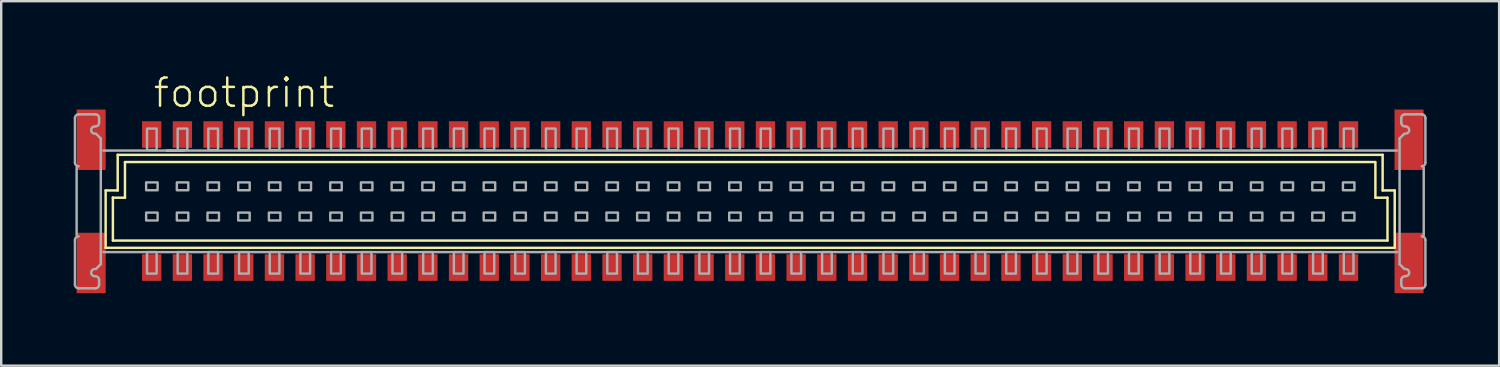
<source format=kicad_pcb>
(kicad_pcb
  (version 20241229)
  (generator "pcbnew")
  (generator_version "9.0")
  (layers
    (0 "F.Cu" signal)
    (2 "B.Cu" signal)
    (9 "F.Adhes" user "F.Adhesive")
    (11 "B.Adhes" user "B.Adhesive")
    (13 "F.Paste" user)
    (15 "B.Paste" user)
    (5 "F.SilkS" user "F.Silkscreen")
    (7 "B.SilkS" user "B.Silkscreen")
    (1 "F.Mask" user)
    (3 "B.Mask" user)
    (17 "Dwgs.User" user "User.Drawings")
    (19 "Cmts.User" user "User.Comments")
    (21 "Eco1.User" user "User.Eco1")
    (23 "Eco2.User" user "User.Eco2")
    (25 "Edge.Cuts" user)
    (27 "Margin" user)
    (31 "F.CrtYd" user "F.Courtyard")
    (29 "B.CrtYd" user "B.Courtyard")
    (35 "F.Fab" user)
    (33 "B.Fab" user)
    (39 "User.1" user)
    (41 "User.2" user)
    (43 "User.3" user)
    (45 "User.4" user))
  (footprint "footprint"
    (layer "F.Cu")
    (at 27.993 5.283)
    (property "Reference" "footprint" (at -24.765 -3.81 0) (layer "F.SilkS") (effects (font (size 1.168 1.168) (thickness 0.102)) (justify left bottom)))
    (fp_line (start -26.671 1.924) (end -26.671 -0.451) (stroke (width 0.102) (type solid)) (layer "F.SilkS"))
    (fp_line (start -26.371 -0.151) (end -26.372 -0.151) (stroke (width 0.102) (type solid)) (layer "F.SilkS"))
    (fp_line (start -26.371 1.624) (end -26.371 -0.151) (stroke (width 0.102) (type solid)) (layer "F.SilkS"))
    (fp_line (start -26.371 1.624) (end 26.377 1.624) (stroke (width 0.102) (type solid)) (layer "F.SilkS"))
    (fp_line (start -26.172 -1.926) (end -26.172 -0.451) (stroke (width 0.102) (type solid)) (layer "F.SilkS"))
    (fp_line (start -26.172 -0.451) (end -26.671 -0.451) (stroke (width 0.102) (type solid)) (layer "F.SilkS"))
    (fp_line (start -25.872 -0.151) (end -26.371 -0.151) (stroke (width 0.102) (type solid)) (layer "F.SilkS"))
    (fp_line (start -25.871 -0.151) (end -25.871 -1.626) (stroke (width 0.102) (type solid)) (layer "F.SilkS"))
    (fp_line (start -24.142 -2.101) (end -23.442 -2.101) (stroke (width 0.102) (type solid)) (layer "F.SilkS"))
    (fp_line (start 25.868 -1.626) (end -25.871 -1.626) (stroke (width 0.102) (type solid)) (layer "F.SilkS"))
    (fp_line (start 25.878 -0.151) (end 25.878 -1.626) (stroke (width 0.102) (type solid)) (layer "F.SilkS"))
    (fp_line (start 26.177 -0.451) (end 26.177 -1.926) (stroke (width 0.102) (type solid)) (layer "F.SilkS"))
    (fp_line (start 26.177 -0.451) (end 26.677 -0.451) (stroke (width 0.102) (type solid)) (layer "F.SilkS"))
    (fp_line (start 26.178 -1.926) (end -26.172 -1.926) (stroke (width 0.102) (type solid)) (layer "F.SilkS"))
    (fp_line (start 26.378 -0.151) (end 25.878 -0.151) (stroke (width 0.102) (type solid)) (layer "F.SilkS"))
    (fp_line (start 26.378 1.624) (end 26.378 -0.151) (stroke (width 0.102) (type solid)) (layer "F.SilkS"))
    (fp_line (start 26.658 1.924) (end -26.671 1.924) (stroke (width 0.102) (type solid)) (layer "F.SilkS"))
    (fp_line (start 26.678 1.924) (end 26.678 -0.451) (stroke (width 0.102) (type solid)) (layer "F.SilkS"))
    (fp_circle (center -26.971 -0.008) (end -26.172 -0.008) (stroke (width 0.001) (type solid)) (fill no) (layer "F.SilkS"))
    (fp_circle (center 26.971 0.008) (end 27.771 0.008) (stroke (width 0.001) (type solid)) (fill no) (layer "F.SilkS"))
    (fp_line (start -27.942 -1.601) (end -27.942 -3.451) (stroke (width 0.102) (type solid)) (layer "F.Fab"))
    (fp_line (start -27.942 3.449) (end -27.942 1.599) (stroke (width 0.102) (type solid)) (layer "F.Fab"))
    (fp_line (start -27.872 -1.401) (end -27.872 1.399) (stroke (width 0.102) (type solid)) (layer "F.Fab"))
    (fp_line (start -27.792 -3.601) (end -27.092 -3.601) (stroke (width 0.102) (type solid)) (layer "F.Fab"))
    (fp_line (start -27.092 3.599) (end -27.792 3.599) (stroke (width 0.102) (type solid)) (layer "F.Fab"))
    (fp_line (start -27.072 -2.801) (end -26.872 -2.601) (stroke (width 0.102) (type solid)) (layer "F.Fab"))
    (fp_line (start -26.942 -3.451) (end -26.942 -3.251) (stroke (width 0.102) (type solid)) (layer "F.Fab"))
    (fp_line (start -26.942 3.249) (end -26.942 3.449) (stroke (width 0.102) (type solid)) (layer "F.Fab"))
    (fp_line (start -26.872 -2.601) (end -26.872 2.599) (stroke (width 0.102) (type solid)) (layer "F.Fab"))
    (fp_line (start -26.872 2.599) (end -27.072 2.799) (stroke (width 0.102) (type solid)) (layer "F.Fab"))
    (fp_line (start 26.768 -2.101) (end -26.762 -2.101) (stroke (width 0.102) (type solid)) (layer "F.Fab"))
    (fp_line (start 26.768 2.099) (end -26.762 2.099) (stroke (width 0.102) (type solid)) (layer "F.Fab"))
    (fp_line (start 26.878 -2.601) (end 26.878 2.599) (stroke (width 0.102) (type solid)) (layer "F.Fab"))
    (fp_line (start 26.878 2.599) (end 27.078 2.799) (stroke (width 0.102) (type solid)) (layer "F.Fab"))
    (fp_line (start 26.948 -3.451) (end 26.948 -3.251) (stroke (width 0.102) (type solid)) (layer "F.Fab"))
    (fp_line (start 26.948 3.249) (end 26.948 3.449) (stroke (width 0.102) (type solid)) (layer "F.Fab"))
    (fp_line (start 27.078 -2.801) (end 26.878 -2.601) (stroke (width 0.102) (type solid)) (layer "F.Fab"))
    (fp_line (start 27.098 3.599) (end 27.798 3.599) (stroke (width 0.102) (type solid)) (layer "F.Fab"))
    (fp_line (start 27.798 -3.601) (end 27.098 -3.601) (stroke (width 0.102) (type solid)) (layer "F.Fab"))
    (fp_line (start 27.878 -1.401) (end 27.878 1.399) (stroke (width 0.102) (type solid)) (layer "F.Fab"))
    (fp_line (start 27.948 -1.601) (end 27.948 -3.451) (stroke (width 0.102) (type solid)) (layer "F.Fab"))
    (fp_line (start 27.948 3.449) (end 27.948 1.599) (stroke (width 0.102) (type solid)) (layer "F.Fab"))
    (fp_arc (start -27.9419 -3.4508) (mid -27.897966 -3.556866) (end -27.7919 -3.6008) (stroke (width 0.1016) (type solid)) (layer "F.Fab"))
    (fp_arc (start -27.9419 1.5992) (mid -27.897966 1.493134) (end -27.7919 1.4492) (stroke (width 0.1016) (type solid)) (layer "F.Fab"))
    (fp_arc (start -27.7919 -1.4508) (mid -27.897966 -1.494734) (end -27.9419 -1.6008) (stroke (width 0.1016) (type solid)) (layer "F.Fab"))
    (fp_arc (start -27.7919 3.5992) (mid -27.897966 3.555266) (end -27.9419 3.4492) (stroke (width 0.1016) (type solid)) (layer "F.Fab"))
    (fp_arc (start -27.1219 -2.8008) (mid -27.2719 -2.9508) (end -27.1219 -3.1008) (stroke (width 0.1016) (type solid)) (layer "F.Fab"))
    (fp_arc (start -27.1219 3.0992) (mid -27.2719 2.9492) (end -27.1219 2.7992) (stroke (width 0.1016) (type solid)) (layer "F.Fab"))
    (fp_arc (start -27.0919 -3.6008) (mid -26.985834 -3.556866) (end -26.9419 -3.4508) (stroke (width 0.1016) (type solid)) (layer "F.Fab"))
    (fp_arc (start -27.0919 3.0992) (mid -26.985834 3.143134) (end -26.9419 3.2492) (stroke (width 0.1016) (type solid)) (layer "F.Fab"))
    (fp_arc (start -26.9419 -3.2508) (mid -26.985834 -3.144734) (end -27.0919 -3.1008) (stroke (width 0.1016) (type solid)) (layer "F.Fab"))
    (fp_arc (start -26.9419 3.4492) (mid -26.985834 3.555266) (end -27.0919 3.5992) (stroke (width 0.1016) (type solid)) (layer "F.Fab"))
    (fp_arc (start 26.9481 -3.4508) (mid 26.992034 -3.556866) (end 27.0981 -3.6008) (stroke (width 0.1016) (type solid)) (layer "F.Fab"))
    (fp_arc (start 26.9481 3.2492) (mid 26.992034 3.143134) (end 27.0981 3.0992) (stroke (width 0.1016) (type solid)) (layer "F.Fab"))
    (fp_arc (start 27.0981 -3.1008) (mid 26.992034 -3.144734) (end 26.9481 -3.2508) (stroke (width 0.1016) (type solid)) (layer "F.Fab"))
    (fp_arc (start 27.0981 3.5992) (mid 26.992034 3.555266) (end 26.9481 3.4492) (stroke (width 0.1016) (type solid)) (layer "F.Fab"))
    (fp_arc (start 27.1281 -3.1008) (mid 27.2781 -2.9508) (end 27.1281 -2.8008) (stroke (width 0.1016) (type solid)) (layer "F.Fab"))
    (fp_arc (start 27.1281 2.7992) (mid 27.2781 2.9492) (end 27.1281 3.0992) (stroke (width 0.1016) (type solid)) (layer "F.Fab"))
    (fp_arc (start 27.7981 -3.6008) (mid 27.904166 -3.556866) (end 27.9481 -3.4508) (stroke (width 0.1016) (type solid)) (layer "F.Fab"))
    (fp_arc (start 27.7981 1.4492) (mid 27.904166 1.493134) (end 27.9481 1.5992) (stroke (width 0.1016) (type solid)) (layer "F.Fab"))
    (fp_arc (start 27.9481 -1.6008) (mid 27.904166 -1.494734) (end 27.7981 -1.4508) (stroke (width 0.1016) (type solid)) (layer "F.Fab"))
    (fp_arc (start 27.9481 3.4492) (mid 27.904166 3.555266) (end 27.7981 3.5992) (stroke (width 0.1016) (type solid)) (layer "F.Fab"))
    (fp_poly (pts (xy -24.56 -3.01) (xy -24.96 -3.01) (xy -24.96 -2.125) (xy -24.56 -2.125)) (stroke (width 0.1) (type solid)) (fill no) (layer "F.Fab"))
    (fp_poly (pts (xy -24.56 2.1) (xy -24.96 2.1) (xy -24.96 2.99) (xy -24.56 2.99)) (stroke (width 0.1) (type solid)) (fill no) (layer "F.Fab"))
    (fp_poly (pts (xy -24.52 -0.785) (xy -24.995 -0.785) (xy -24.995 -0.46) (xy -24.52 -0.46)) (stroke (width 0.1) (type solid)) (fill no) (layer "F.Fab"))
    (fp_poly (pts (xy -24.52 0.465) (xy -24.995 0.465) (xy -24.995 0.79) (xy -24.52 0.79)) (stroke (width 0.1) (type solid)) (fill no) (layer "F.Fab"))
    (fp_poly (pts (xy -23.29 -3.01) (xy -23.69 -3.01) (xy -23.69 -2.125) (xy -23.29 -2.125)) (stroke (width 0.1) (type solid)) (fill no) (layer "F.Fab"))
    (fp_poly (pts (xy -23.29 2.1) (xy -23.69 2.1) (xy -23.69 2.99) (xy -23.29 2.99)) (stroke (width 0.1) (type solid)) (fill no) (layer "F.Fab"))
    (fp_poly (pts (xy -23.25 -0.785) (xy -23.725 -0.785) (xy -23.725 -0.46) (xy -23.25 -0.46)) (stroke (width 0.1) (type solid)) (fill no) (layer "F.Fab"))
    (fp_poly (pts (xy -23.25 0.465) (xy -23.725 0.465) (xy -23.725 0.79) (xy -23.25 0.79)) (stroke (width 0.1) (type solid)) (fill no) (layer "F.Fab"))
    (fp_poly (pts (xy -22.02 -3.01) (xy -22.42 -3.01) (xy -22.42 -2.125) (xy -22.02 -2.125)) (stroke (width 0.1) (type solid)) (fill no) (layer "F.Fab"))
    (fp_poly (pts (xy -22.02 2.1) (xy -22.42 2.1) (xy -22.42 2.99) (xy -22.02 2.99)) (stroke (width 0.1) (type solid)) (fill no) (layer "F.Fab"))
    (fp_poly (pts (xy -21.98 -0.785) (xy -22.455 -0.785) (xy -22.455 -0.46) (xy -21.98 -0.46)) (stroke (width 0.1) (type solid)) (fill no) (layer "F.Fab"))
    (fp_poly (pts (xy -21.98 0.465) (xy -22.455 0.465) (xy -22.455 0.79) (xy -21.98 0.79)) (stroke (width 0.1) (type solid)) (fill no) (layer "F.Fab"))
    (fp_poly (pts (xy -20.75 -3.01) (xy -21.15 -3.01) (xy -21.15 -2.125) (xy -20.75 -2.125)) (stroke (width 0.1) (type solid)) (fill no) (layer "F.Fab"))
    (fp_poly (pts (xy -20.75 2.1) (xy -21.15 2.1) (xy -21.15 2.99) (xy -20.75 2.99)) (stroke (width 0.1) (type solid)) (fill no) (layer "F.Fab"))
    (fp_poly (pts (xy -20.71 -0.785) (xy -21.185 -0.785) (xy -21.185 -0.46) (xy -20.71 -0.46)) (stroke (width 0.1) (type solid)) (fill no) (layer "F.Fab"))
    (fp_poly (pts (xy -20.71 0.465) (xy -21.185 0.465) (xy -21.185 0.79) (xy -20.71 0.79)) (stroke (width 0.1) (type solid)) (fill no) (layer "F.Fab"))
    (fp_poly (pts (xy -19.48 -3.01) (xy -19.88 -3.01) (xy -19.88 -2.125) (xy -19.48 -2.125)) (stroke (width 0.1) (type solid)) (fill no) (layer "F.Fab"))
    (fp_poly (pts (xy -19.48 2.1) (xy -19.88 2.1) (xy -19.88 2.99) (xy -19.48 2.99)) (stroke (width 0.1) (type solid)) (fill no) (layer "F.Fab"))
    (fp_poly (pts (xy -19.44 -0.785) (xy -19.915 -0.785) (xy -19.915 -0.46) (xy -19.44 -0.46)) (stroke (width 0.1) (type solid)) (fill no) (layer "F.Fab"))
    (fp_poly (pts (xy -19.44 0.465) (xy -19.915 0.465) (xy -19.915 0.79) (xy -19.44 0.79)) (stroke (width 0.1) (type solid)) (fill no) (layer "F.Fab"))
    (fp_poly (pts (xy -18.21 -3.01) (xy -18.61 -3.01) (xy -18.61 -2.125) (xy -18.21 -2.125)) (stroke (width 0.1) (type solid)) (fill no) (layer "F.Fab"))
    (fp_poly (pts (xy -18.21 2.1) (xy -18.61 2.1) (xy -18.61 2.99) (xy -18.21 2.99)) (stroke (width 0.1) (type solid)) (fill no) (layer "F.Fab"))
    (fp_poly (pts (xy -18.17 -0.785) (xy -18.645 -0.785) (xy -18.645 -0.46) (xy -18.17 -0.46)) (stroke (width 0.1) (type solid)) (fill no) (layer "F.Fab"))
    (fp_poly (pts (xy -18.17 0.465) (xy -18.645 0.465) (xy -18.645 0.79) (xy -18.17 0.79)) (stroke (width 0.1) (type solid)) (fill no) (layer "F.Fab"))
    (fp_poly (pts (xy -16.94 -3.01) (xy -17.34 -3.01) (xy -17.34 -2.125) (xy -16.94 -2.125)) (stroke (width 0.1) (type solid)) (fill no) (layer "F.Fab"))
    (fp_poly (pts (xy -16.94 2.1) (xy -17.34 2.1) (xy -17.34 2.99) (xy -16.94 2.99)) (stroke (width 0.1) (type solid)) (fill no) (layer "F.Fab"))
    (fp_poly (pts (xy -16.9 -0.785) (xy -17.375 -0.785) (xy -17.375 -0.46) (xy -16.9 -0.46)) (stroke (width 0.1) (type solid)) (fill no) (layer "F.Fab"))
    (fp_poly (pts (xy -16.9 0.465) (xy -17.375 0.465) (xy -17.375 0.79) (xy -16.9 0.79)) (stroke (width 0.1) (type solid)) (fill no) (layer "F.Fab"))
    (fp_poly (pts (xy -15.67 -3.01) (xy -16.07 -3.01) (xy -16.07 -2.125) (xy -15.67 -2.125)) (stroke (width 0.1) (type solid)) (fill no) (layer "F.Fab"))
    (fp_poly (pts (xy -15.67 2.1) (xy -16.07 2.1) (xy -16.07 2.99) (xy -15.67 2.99)) (stroke (width 0.1) (type solid)) (fill no) (layer "F.Fab"))
    (fp_poly (pts (xy -15.63 -0.785) (xy -16.105 -0.785) (xy -16.105 -0.46) (xy -15.63 -0.46)) (stroke (width 0.1) (type solid)) (fill no) (layer "F.Fab"))
    (fp_poly (pts (xy -15.63 0.465) (xy -16.105 0.465) (xy -16.105 0.79) (xy -15.63 0.79)) (stroke (width 0.1) (type solid)) (fill no) (layer "F.Fab"))
    (fp_poly (pts (xy -14.4 -3.01) (xy -14.8 -3.01) (xy -14.8 -2.125) (xy -14.4 -2.125)) (stroke (width 0.1) (type solid)) (fill no) (layer "F.Fab"))
    (fp_poly (pts (xy -14.4 2.1) (xy -14.8 2.1) (xy -14.8 2.99) (xy -14.4 2.99)) (stroke (width 0.1) (type solid)) (fill no) (layer "F.Fab"))
    (fp_poly (pts (xy -14.36 -0.785) (xy -14.835 -0.785) (xy -14.835 -0.46) (xy -14.36 -0.46)) (stroke (width 0.1) (type solid)) (fill no) (layer "F.Fab"))
    (fp_poly (pts (xy -14.36 0.465) (xy -14.835 0.465) (xy -14.835 0.79) (xy -14.36 0.79)) (stroke (width 0.1) (type solid)) (fill no) (layer "F.Fab"))
    (fp_poly (pts (xy -13.13 -3.01) (xy -13.53 -3.01) (xy -13.53 -2.125) (xy -13.13 -2.125)) (stroke (width 0.1) (type solid)) (fill no) (layer "F.Fab"))
    (fp_poly (pts (xy -13.13 2.1) (xy -13.53 2.1) (xy -13.53 2.99) (xy -13.13 2.99)) (stroke (width 0.1) (type solid)) (fill no) (layer "F.Fab"))
    (fp_poly (pts (xy -13.09 -0.785) (xy -13.565 -0.785) (xy -13.565 -0.46) (xy -13.09 -0.46)) (stroke (width 0.1) (type solid)) (fill no) (layer "F.Fab"))
    (fp_poly (pts (xy -13.09 0.465) (xy -13.565 0.465) (xy -13.565 0.79) (xy -13.09 0.79)) (stroke (width 0.1) (type solid)) (fill no) (layer "F.Fab"))
    (fp_poly (pts (xy -11.86 -3.01) (xy -12.26 -3.01) (xy -12.26 -2.125) (xy -11.86 -2.125)) (stroke (width 0.1) (type solid)) (fill no) (layer "F.Fab"))
    (fp_poly (pts (xy -11.86 2.1) (xy -12.26 2.1) (xy -12.26 2.99) (xy -11.86 2.99)) (stroke (width 0.1) (type solid)) (fill no) (layer "F.Fab"))
    (fp_poly (pts (xy -11.82 -0.785) (xy -12.295 -0.785) (xy -12.295 -0.46) (xy -11.82 -0.46)) (stroke (width 0.1) (type solid)) (fill no) (layer "F.Fab"))
    (fp_poly (pts (xy -11.82 0.465) (xy -12.295 0.465) (xy -12.295 0.79) (xy -11.82 0.79)) (stroke (width 0.1) (type solid)) (fill no) (layer "F.Fab"))
    (fp_poly (pts (xy -10.59 -3.01) (xy -10.99 -3.01) (xy -10.99 -2.125) (xy -10.59 -2.125)) (stroke (width 0.1) (type solid)) (fill no) (layer "F.Fab"))
    (fp_poly (pts (xy -10.59 2.1) (xy -10.99 2.1) (xy -10.99 2.99) (xy -10.59 2.99)) (stroke (width 0.1) (type solid)) (fill no) (layer "F.Fab"))
    (fp_poly (pts (xy -10.55 -0.785) (xy -11.025 -0.785) (xy -11.025 -0.46) (xy -10.55 -0.46)) (stroke (width 0.1) (type solid)) (fill no) (layer "F.Fab"))
    (fp_poly (pts (xy -10.55 0.465) (xy -11.025 0.465) (xy -11.025 0.79) (xy -10.55 0.79)) (stroke (width 0.1) (type solid)) (fill no) (layer "F.Fab"))
    (fp_poly (pts (xy -9.32 -3.01) (xy -9.72 -3.01) (xy -9.72 -2.125) (xy -9.32 -2.125)) (stroke (width 0.1) (type solid)) (fill no) (layer "F.Fab"))
    (fp_poly (pts (xy -9.32 2.1) (xy -9.72 2.1) (xy -9.72 2.99) (xy -9.32 2.99)) (stroke (width 0.1) (type solid)) (fill no) (layer "F.Fab"))
    (fp_poly (pts (xy -9.28 -0.785) (xy -9.755 -0.785) (xy -9.755 -0.46) (xy -9.28 -0.46)) (stroke (width 0.1) (type solid)) (fill no) (layer "F.Fab"))
    (fp_poly (pts (xy -9.28 0.465) (xy -9.755 0.465) (xy -9.755 0.79) (xy -9.28 0.79)) (stroke (width 0.1) (type solid)) (fill no) (layer "F.Fab"))
    (fp_poly (pts (xy -8.05 -3.01) (xy -8.45 -3.01) (xy -8.45 -2.125) (xy -8.05 -2.125)) (stroke (width 0.1) (type solid)) (fill no) (layer "F.Fab"))
    (fp_poly (pts (xy -8.05 2.1) (xy -8.45 2.1) (xy -8.45 2.99) (xy -8.05 2.99)) (stroke (width 0.1) (type solid)) (fill no) (layer "F.Fab"))
    (fp_poly (pts (xy -8.01 -0.785) (xy -8.485 -0.785) (xy -8.485 -0.46) (xy -8.01 -0.46)) (stroke (width 0.1) (type solid)) (fill no) (layer "F.Fab"))
    (fp_poly (pts (xy -8.01 0.465) (xy -8.485 0.465) (xy -8.485 0.79) (xy -8.01 0.79)) (stroke (width 0.1) (type solid)) (fill no) (layer "F.Fab"))
    (fp_poly (pts (xy -6.78 -3.01) (xy -7.18 -3.01) (xy -7.18 -2.125) (xy -6.78 -2.125)) (stroke (width 0.1) (type solid)) (fill no) (layer "F.Fab"))
    (fp_poly (pts (xy -6.78 2.1) (xy -7.18 2.1) (xy -7.18 2.99) (xy -6.78 2.99)) (stroke (width 0.1) (type solid)) (fill no) (layer "F.Fab"))
    (fp_poly (pts (xy -6.74 -0.785) (xy -7.215 -0.785) (xy -7.215 -0.46) (xy -6.74 -0.46)) (stroke (width 0.1) (type solid)) (fill no) (layer "F.Fab"))
    (fp_poly (pts (xy -6.74 0.465) (xy -7.215 0.465) (xy -7.215 0.79) (xy -6.74 0.79)) (stroke (width 0.1) (type solid)) (fill no) (layer "F.Fab"))
    (fp_poly (pts (xy -5.51 -3.01) (xy -5.91 -3.01) (xy -5.91 -2.125) (xy -5.51 -2.125)) (stroke (width 0.1) (type solid)) (fill no) (layer "F.Fab"))
    (fp_poly (pts (xy -5.51 2.1) (xy -5.91 2.1) (xy -5.91 2.99) (xy -5.51 2.99)) (stroke (width 0.1) (type solid)) (fill no) (layer "F.Fab"))
    (fp_poly (pts (xy -5.47 -0.785) (xy -5.945 -0.785) (xy -5.945 -0.46) (xy -5.47 -0.46)) (stroke (width 0.1) (type solid)) (fill no) (layer "F.Fab"))
    (fp_poly (pts (xy -5.47 0.465) (xy -5.945 0.465) (xy -5.945 0.79) (xy -5.47 0.79)) (stroke (width 0.1) (type solid)) (fill no) (layer "F.Fab"))
    (fp_poly (pts (xy -4.24 -3.01) (xy -4.64 -3.01) (xy -4.64 -2.125) (xy -4.24 -2.125)) (stroke (width 0.1) (type solid)) (fill no) (layer "F.Fab"))
    (fp_poly (pts (xy -4.24 2.1) (xy -4.64 2.1) (xy -4.64 2.99) (xy -4.24 2.99)) (stroke (width 0.1) (type solid)) (fill no) (layer "F.Fab"))
    (fp_poly (pts (xy -4.2 -0.785) (xy -4.675 -0.785) (xy -4.675 -0.46) (xy -4.2 -0.46)) (stroke (width 0.1) (type solid)) (fill no) (layer "F.Fab"))
    (fp_poly (pts (xy -4.2 0.465) (xy -4.675 0.465) (xy -4.675 0.79) (xy -4.2 0.79)) (stroke (width 0.1) (type solid)) (fill no) (layer "F.Fab"))
    (fp_poly (pts (xy -2.97 -3.01) (xy -3.37 -3.01) (xy -3.37 -2.125) (xy -2.97 -2.125)) (stroke (width 0.1) (type solid)) (fill no) (layer "F.Fab"))
    (fp_poly (pts (xy -2.97 2.1) (xy -3.37 2.1) (xy -3.37 2.99) (xy -2.97 2.99)) (stroke (width 0.1) (type solid)) (fill no) (layer "F.Fab"))
    (fp_poly (pts (xy -2.93 -0.785) (xy -3.405 -0.785) (xy -3.405 -0.46) (xy -2.93 -0.46)) (stroke (width 0.1) (type solid)) (fill no) (layer "F.Fab"))
    (fp_poly (pts (xy -2.93 0.465) (xy -3.405 0.465) (xy -3.405 0.79) (xy -2.93 0.79)) (stroke (width 0.1) (type solid)) (fill no) (layer "F.Fab"))
    (fp_poly (pts (xy -1.7 -3.01) (xy -2.1 -3.01) (xy -2.1 -2.125) (xy -1.7 -2.125)) (stroke (width 0.1) (type solid)) (fill no) (layer "F.Fab"))
    (fp_poly (pts (xy -1.7 2.1) (xy -2.1 2.1) (xy -2.1 2.99) (xy -1.7 2.99)) (stroke (width 0.1) (type solid)) (fill no) (layer "F.Fab"))
    (fp_poly (pts (xy -1.66 -0.785) (xy -2.135 -0.785) (xy -2.135 -0.46) (xy -1.66 -0.46)) (stroke (width 0.1) (type solid)) (fill no) (layer "F.Fab"))
    (fp_poly (pts (xy -1.66 0.465) (xy -2.135 0.465) (xy -2.135 0.79) (xy -1.66 0.79)) (stroke (width 0.1) (type solid)) (fill no) (layer "F.Fab"))
    (fp_poly (pts (xy -0.43 -3.01) (xy -0.83 -3.01) (xy -0.83 -2.125) (xy -0.43 -2.125)) (stroke (width 0.1) (type solid)) (fill no) (layer "F.Fab"))
    (fp_poly (pts (xy -0.43 2.1) (xy -0.83 2.1) (xy -0.83 2.99) (xy -0.43 2.99)) (stroke (width 0.1) (type solid)) (fill no) (layer "F.Fab"))
    (fp_poly (pts (xy -0.39 -0.785) (xy -0.865 -0.785) (xy -0.865 -0.46) (xy -0.39 -0.46)) (stroke (width 0.1) (type solid)) (fill no) (layer "F.Fab"))
    (fp_poly (pts (xy -0.39 0.465) (xy -0.865 0.465) (xy -0.865 0.79) (xy -0.39 0.79)) (stroke (width 0.1) (type solid)) (fill no) (layer "F.Fab"))
    (fp_poly (pts (xy 0.84 -3.01) (xy 0.44 -3.01) (xy 0.44 -2.125) (xy 0.84 -2.125)) (stroke (width 0.1) (type solid)) (fill no) (layer "F.Fab"))
    (fp_poly (pts (xy 0.84 2.1) (xy 0.44 2.1) (xy 0.44 2.99) (xy 0.84 2.99)) (stroke (width 0.1) (type solid)) (fill no) (layer "F.Fab"))
    (fp_poly (pts (xy 0.88 -0.785) (xy 0.405 -0.785) (xy 0.405 -0.46) (xy 0.88 -0.46)) (stroke (width 0.1) (type solid)) (fill no) (layer "F.Fab"))
    (fp_poly (pts (xy 0.88 0.465) (xy 0.405 0.465) (xy 0.405 0.79) (xy 0.88 0.79)) (stroke (width 0.1) (type solid)) (fill no) (layer "F.Fab"))
    (fp_poly (pts (xy 2.11 -3.01) (xy 1.71 -3.01) (xy 1.71 -2.125) (xy 2.11 -2.125)) (stroke (width 0.1) (type solid)) (fill no) (layer "F.Fab"))
    (fp_poly (pts (xy 2.11 2.1) (xy 1.71 2.1) (xy 1.71 2.99) (xy 2.11 2.99)) (stroke (width 0.1) (type solid)) (fill no) (layer "F.Fab"))
    (fp_poly (pts (xy 2.15 -0.785) (xy 1.675 -0.785) (xy 1.675 -0.46) (xy 2.15 -0.46)) (stroke (width 0.1) (type solid)) (fill no) (layer "F.Fab"))
    (fp_poly (pts (xy 2.15 0.465) (xy 1.675 0.465) (xy 1.675 0.79) (xy 2.15 0.79)) (stroke (width 0.1) (type solid)) (fill no) (layer "F.Fab"))
    (fp_poly (pts (xy 3.38 -3.01) (xy 2.98 -3.01) (xy 2.98 -2.125) (xy 3.38 -2.125)) (stroke (width 0.1) (type solid)) (fill no) (layer "F.Fab"))
    (fp_poly (pts (xy 3.38 2.1) (xy 2.98 2.1) (xy 2.98 2.99) (xy 3.38 2.99)) (stroke (width 0.1) (type solid)) (fill no) (layer "F.Fab"))
    (fp_poly (pts (xy 3.42 -0.785) (xy 2.945 -0.785) (xy 2.945 -0.46) (xy 3.42 -0.46)) (stroke (width 0.1) (type solid)) (fill no) (layer "F.Fab"))
    (fp_poly (pts (xy 3.42 0.465) (xy 2.945 0.465) (xy 2.945 0.79) (xy 3.42 0.79)) (stroke (width 0.1) (type solid)) (fill no) (layer "F.Fab"))
    (fp_poly (pts (xy 4.65 -3.01) (xy 4.25 -3.01) (xy 4.25 -2.125) (xy 4.65 -2.125)) (stroke (width 0.1) (type solid)) (fill no) (layer "F.Fab"))
    (fp_poly (pts (xy 4.65 2.1) (xy 4.25 2.1) (xy 4.25 2.99) (xy 4.65 2.99)) (stroke (width 0.1) (type solid)) (fill no) (layer "F.Fab"))
    (fp_poly (pts (xy 4.69 -0.785) (xy 4.215 -0.785) (xy 4.215 -0.46) (xy 4.69 -0.46)) (stroke (width 0.1) (type solid)) (fill no) (layer "F.Fab"))
    (fp_poly (pts (xy 4.69 0.465) (xy 4.215 0.465) (xy 4.215 0.79) (xy 4.69 0.79)) (stroke (width 0.1) (type solid)) (fill no) (layer "F.Fab"))
    (fp_poly (pts (xy 5.92 -3.01) (xy 5.52 -3.01) (xy 5.52 -2.125) (xy 5.92 -2.125)) (stroke (width 0.1) (type solid)) (fill no) (layer "F.Fab"))
    (fp_poly (pts (xy 5.92 2.1) (xy 5.52 2.1) (xy 5.52 2.99) (xy 5.92 2.99)) (stroke (width 0.1) (type solid)) (fill no) (layer "F.Fab"))
    (fp_poly (pts (xy 5.96 -0.785) (xy 5.485 -0.785) (xy 5.485 -0.46) (xy 5.96 -0.46)) (stroke (width 0.1) (type solid)) (fill no) (layer "F.Fab"))
    (fp_poly (pts (xy 5.96 0.465) (xy 5.485 0.465) (xy 5.485 0.79) (xy 5.96 0.79)) (stroke (width 0.1) (type solid)) (fill no) (layer "F.Fab"))
    (fp_poly (pts (xy 7.19 -3.01) (xy 6.79 -3.01) (xy 6.79 -2.125) (xy 7.19 -2.125)) (stroke (width 0.1) (type solid)) (fill no) (layer "F.Fab"))
    (fp_poly (pts (xy 7.19 2.1) (xy 6.79 2.1) (xy 6.79 2.99) (xy 7.19 2.99)) (stroke (width 0.1) (type solid)) (fill no) (layer "F.Fab"))
    (fp_poly (pts (xy 7.23 -0.785) (xy 6.755 -0.785) (xy 6.755 -0.46) (xy 7.23 -0.46)) (stroke (width 0.1) (type solid)) (fill no) (layer "F.Fab"))
    (fp_poly (pts (xy 7.23 0.465) (xy 6.755 0.465) (xy 6.755 0.79) (xy 7.23 0.79)) (stroke (width 0.1) (type solid)) (fill no) (layer "F.Fab"))
    (fp_poly (pts (xy 8.46 -3.01) (xy 8.06 -3.01) (xy 8.06 -2.125) (xy 8.46 -2.125)) (stroke (width 0.1) (type solid)) (fill no) (layer "F.Fab"))
    (fp_poly (pts (xy 8.46 2.1) (xy 8.06 2.1) (xy 8.06 2.99) (xy 8.46 2.99)) (stroke (width 0.1) (type solid)) (fill no) (layer "F.Fab"))
    (fp_poly (pts (xy 8.5 -0.785) (xy 8.025 -0.785) (xy 8.025 -0.46) (xy 8.5 -0.46)) (stroke (width 0.1) (type solid)) (fill no) (layer "F.Fab"))
    (fp_poly (pts (xy 8.5 0.465) (xy 8.025 0.465) (xy 8.025 0.79) (xy 8.5 0.79)) (stroke (width 0.1) (type solid)) (fill no) (layer "F.Fab"))
    (fp_poly (pts (xy 9.73 -3.01) (xy 9.33 -3.01) (xy 9.33 -2.125) (xy 9.73 -2.125)) (stroke (width 0.1) (type solid)) (fill no) (layer "F.Fab"))
    (fp_poly (pts (xy 9.73 2.1) (xy 9.33 2.1) (xy 9.33 2.99) (xy 9.73 2.99)) (stroke (width 0.1) (type solid)) (fill no) (layer "F.Fab"))
    (fp_poly (pts (xy 9.77 -0.785) (xy 9.295 -0.785) (xy 9.295 -0.46) (xy 9.77 -0.46)) (stroke (width 0.1) (type solid)) (fill no) (layer "F.Fab"))
    (fp_poly (pts (xy 9.77 0.465) (xy 9.295 0.465) (xy 9.295 0.79) (xy 9.77 0.79)) (stroke (width 0.1) (type solid)) (fill no) (layer "F.Fab"))
    (fp_poly (pts (xy 11 -3.01) (xy 10.6 -3.01) (xy 10.6 -2.125) (xy 11 -2.125)) (stroke (width 0.1) (type solid)) (fill no) (layer "F.Fab"))
    (fp_poly (pts (xy 11 2.1) (xy 10.6 2.1) (xy 10.6 2.99) (xy 11 2.99)) (stroke (width 0.1) (type solid)) (fill no) (layer "F.Fab"))
    (fp_poly (pts (xy 11.04 -0.785) (xy 10.565 -0.785) (xy 10.565 -0.46) (xy 11.04 -0.46)) (stroke (width 0.1) (type solid)) (fill no) (layer "F.Fab"))
    (fp_poly (pts (xy 11.04 0.465) (xy 10.565 0.465) (xy 10.565 0.79) (xy 11.04 0.79)) (stroke (width 0.1) (type solid)) (fill no) (layer "F.Fab"))
    (fp_poly (pts (xy 12.27 -3.01) (xy 11.87 -3.01) (xy 11.87 -2.125) (xy 12.27 -2.125)) (stroke (width 0.1) (type solid)) (fill no) (layer "F.Fab"))
    (fp_poly (pts (xy 12.27 2.1) (xy 11.87 2.1) (xy 11.87 2.99) (xy 12.27 2.99)) (stroke (width 0.1) (type solid)) (fill no) (layer "F.Fab"))
    (fp_poly (pts (xy 12.31 -0.785) (xy 11.835 -0.785) (xy 11.835 -0.46) (xy 12.31 -0.46)) (stroke (width 0.1) (type solid)) (fill no) (layer "F.Fab"))
    (fp_poly (pts (xy 12.31 0.465) (xy 11.835 0.465) (xy 11.835 0.79) (xy 12.31 0.79)) (stroke (width 0.1) (type solid)) (fill no) (layer "F.Fab"))
    (fp_poly (pts (xy 13.54 -3.01) (xy 13.14 -3.01) (xy 13.14 -2.125) (xy 13.54 -2.125)) (stroke (width 0.1) (type solid)) (fill no) (layer "F.Fab"))
    (fp_poly (pts (xy 13.54 2.1) (xy 13.14 2.1) (xy 13.14 2.99) (xy 13.54 2.99)) (stroke (width 0.1) (type solid)) (fill no) (layer "F.Fab"))
    (fp_poly (pts (xy 13.58 -0.785) (xy 13.105 -0.785) (xy 13.105 -0.46) (xy 13.58 -0.46)) (stroke (width 0.1) (type solid)) (fill no) (layer "F.Fab"))
    (fp_poly (pts (xy 13.58 0.465) (xy 13.105 0.465) (xy 13.105 0.79) (xy 13.58 0.79)) (stroke (width 0.1) (type solid)) (fill no) (layer "F.Fab"))
    (fp_poly (pts (xy 14.81 -3.01) (xy 14.41 -3.01) (xy 14.41 -2.125) (xy 14.81 -2.125)) (stroke (width 0.1) (type solid)) (fill no) (layer "F.Fab"))
    (fp_poly (pts (xy 14.81 2.1) (xy 14.41 2.1) (xy 14.41 2.99) (xy 14.81 2.99)) (stroke (width 0.1) (type solid)) (fill no) (layer "F.Fab"))
    (fp_poly (pts (xy 14.85 -0.785) (xy 14.375 -0.785) (xy 14.375 -0.46) (xy 14.85 -0.46)) (stroke (width 0.1) (type solid)) (fill no) (layer "F.Fab"))
    (fp_poly (pts (xy 14.85 0.465) (xy 14.375 0.465) (xy 14.375 0.79) (xy 14.85 0.79)) (stroke (width 0.1) (type solid)) (fill no) (layer "F.Fab"))
    (fp_poly (pts (xy 16.08 -3.01) (xy 15.68 -3.01) (xy 15.68 -2.125) (xy 16.08 -2.125)) (stroke (width 0.1) (type solid)) (fill no) (layer "F.Fab"))
    (fp_poly (pts (xy 16.08 2.1) (xy 15.68 2.1) (xy 15.68 2.99) (xy 16.08 2.99)) (stroke (width 0.1) (type solid)) (fill no) (layer "F.Fab"))
    (fp_poly (pts (xy 16.12 -0.785) (xy 15.645 -0.785) (xy 15.645 -0.46) (xy 16.12 -0.46)) (stroke (width 0.1) (type solid)) (fill no) (layer "F.Fab"))
    (fp_poly (pts (xy 16.12 0.465) (xy 15.645 0.465) (xy 15.645 0.79) (xy 16.12 0.79)) (stroke (width 0.1) (type solid)) (fill no) (layer "F.Fab"))
    (fp_poly (pts (xy 17.35 -3.01) (xy 16.95 -3.01) (xy 16.95 -2.125) (xy 17.35 -2.125)) (stroke (width 0.1) (type solid)) (fill no) (layer "F.Fab"))
    (fp_poly (pts (xy 17.35 2.1) (xy 16.95 2.1) (xy 16.95 2.99) (xy 17.35 2.99)) (stroke (width 0.1) (type solid)) (fill no) (layer "F.Fab"))
    (fp_poly (pts (xy 17.39 -0.785) (xy 16.915 -0.785) (xy 16.915 -0.46) (xy 17.39 -0.46)) (stroke (width 0.1) (type solid)) (fill no) (layer "F.Fab"))
    (fp_poly (pts (xy 17.39 0.465) (xy 16.915 0.465) (xy 16.915 0.79) (xy 17.39 0.79)) (stroke (width 0.1) (type solid)) (fill no) (layer "F.Fab"))
    (fp_poly (pts (xy 18.62 -3.01) (xy 18.22 -3.01) (xy 18.22 -2.125) (xy 18.62 -2.125)) (stroke (width 0.1) (type solid)) (fill no) (layer "F.Fab"))
    (fp_poly (pts (xy 18.62 2.1) (xy 18.22 2.1) (xy 18.22 2.99) (xy 18.62 2.99)) (stroke (width 0.1) (type solid)) (fill no) (layer "F.Fab"))
    (fp_poly (pts (xy 18.66 -0.785) (xy 18.185 -0.785) (xy 18.185 -0.46) (xy 18.66 -0.46)) (stroke (width 0.1) (type solid)) (fill no) (layer "F.Fab"))
    (fp_poly (pts (xy 18.66 0.465) (xy 18.185 0.465) (xy 18.185 0.79) (xy 18.66 0.79)) (stroke (width 0.1) (type solid)) (fill no) (layer "F.Fab"))
    (fp_poly (pts (xy 19.89 -3.01) (xy 19.49 -3.01) (xy 19.49 -2.125) (xy 19.89 -2.125)) (stroke (width 0.1) (type solid)) (fill no) (layer "F.Fab"))
    (fp_poly (pts (xy 19.89 2.1) (xy 19.49 2.1) (xy 19.49 2.99) (xy 19.89 2.99)) (stroke (width 0.1) (type solid)) (fill no) (layer "F.Fab"))
    (fp_poly (pts (xy 19.93 -0.785) (xy 19.455 -0.785) (xy 19.455 -0.46) (xy 19.93 -0.46)) (stroke (width 0.1) (type solid)) (fill no) (layer "F.Fab"))
    (fp_poly (pts (xy 19.93 0.465) (xy 19.455 0.465) (xy 19.455 0.79) (xy 19.93 0.79)) (stroke (width 0.1) (type solid)) (fill no) (layer "F.Fab"))
    (fp_poly (pts (xy 21.16 -3.01) (xy 20.76 -3.01) (xy 20.76 -2.125) (xy 21.16 -2.125)) (stroke (width 0.1) (type solid)) (fill no) (layer "F.Fab"))
    (fp_poly (pts (xy 21.16 2.1) (xy 20.76 2.1) (xy 20.76 2.99) (xy 21.16 2.99)) (stroke (width 0.1) (type solid)) (fill no) (layer "F.Fab"))
    (fp_poly (pts (xy 21.2 -0.785) (xy 20.725 -0.785) (xy 20.725 -0.46) (xy 21.2 -0.46)) (stroke (width 0.1) (type solid)) (fill no) (layer "F.Fab"))
    (fp_poly (pts (xy 21.2 0.465) (xy 20.725 0.465) (xy 20.725 0.79) (xy 21.2 0.79)) (stroke (width 0.1) (type solid)) (fill no) (layer "F.Fab"))
    (fp_poly (pts (xy 22.43 -3.01) (xy 22.03 -3.01) (xy 22.03 -2.125) (xy 22.43 -2.125)) (stroke (width 0.1) (type solid)) (fill no) (layer "F.Fab"))
    (fp_poly (pts (xy 22.43 2.1) (xy 22.03 2.1) (xy 22.03 2.99) (xy 22.43 2.99)) (stroke (width 0.1) (type solid)) (fill no) (layer "F.Fab"))
    (fp_poly (pts (xy 22.47 -0.785) (xy 21.995 -0.785) (xy 21.995 -0.46) (xy 22.47 -0.46)) (stroke (width 0.1) (type solid)) (fill no) (layer "F.Fab"))
    (fp_poly (pts (xy 22.47 0.465) (xy 21.995 0.465) (xy 21.995 0.79) (xy 22.47 0.79)) (stroke (width 0.1) (type solid)) (fill no) (layer "F.Fab"))
    (fp_poly (pts (xy 23.7 -3.01) (xy 23.3 -3.01) (xy 23.3 -2.125) (xy 23.7 -2.125)) (stroke (width 0.1) (type solid)) (fill no) (layer "F.Fab"))
    (fp_poly (pts (xy 23.7 2.1) (xy 23.3 2.1) (xy 23.3 2.99) (xy 23.7 2.99)) (stroke (width 0.1) (type solid)) (fill no) (layer "F.Fab"))
    (fp_poly (pts (xy 23.74 -0.785) (xy 23.265 -0.785) (xy 23.265 -0.46) (xy 23.74 -0.46)) (stroke (width 0.1) (type solid)) (fill no) (layer "F.Fab"))
    (fp_poly (pts (xy 23.74 0.465) (xy 23.265 0.465) (xy 23.265 0.79) (xy 23.74 0.79)) (stroke (width 0.1) (type solid)) (fill no) (layer "F.Fab"))
    (fp_poly (pts (xy 24.97 -3.01) (xy 24.57 -3.01) (xy 24.57 -2.125) (xy 24.97 -2.125)) (stroke (width 0.1) (type solid)) (fill no) (layer "F.Fab"))
    (fp_poly (pts (xy 24.97 2.1) (xy 24.57 2.1) (xy 24.57 2.99) (xy 24.97 2.99)) (stroke (width 0.1) (type solid)) (fill no) (layer "F.Fab"))
    (fp_poly (pts (xy 25.01 -0.785) (xy 24.535 -0.785) (xy 24.535 -0.46) (xy 25.01 -0.46)) (stroke (width 0.1) (type solid)) (fill no) (layer "F.Fab"))
    (fp_poly (pts (xy 25.01 0.465) (xy 24.535 0.465) (xy 24.535 0.79) (xy 25.01 0.79)) (stroke (width 0.1) (type solid)) (fill no) (layer "F.Fab"))
    (pad "A1" smd rect (at -24.765 -2.765 180) (size 0.8 1.1) (layers "F.Cu" "F.Mask" "F.Paste"))
    (pad "A2" smd rect (at -23.495 -2.765 180) (size 0.8 1.1) (layers "F.Cu" "F.Mask" "F.Paste"))
    (pad "A3" smd rect (at -22.225 -2.765 180) (size 0.8 1.1) (layers "F.Cu" "F.Mask" "F.Paste"))
    (pad "A4" smd rect (at -20.955 -2.765 180) (size 0.8 1.1) (layers "F.Cu" "F.Mask" "F.Paste"))
    (pad "A5" smd rect (at -19.685 -2.765 180) (size 0.8 1.1) (layers "F.Cu" "F.Mask" "F.Paste"))
    (pad "A6" smd rect (at -18.415 -2.765 180) (size 0.8 1.1) (layers "F.Cu" "F.Mask" "F.Paste"))
    (pad "A7" smd rect (at -17.145 -2.765 180) (size 0.8 1.1) (layers "F.Cu" "F.Mask" "F.Paste"))
    (pad "A8" smd rect (at -15.875 -2.765 180) (size 0.8 1.1) (layers "F.Cu" "F.Mask" "F.Paste"))
    (pad "A9" smd rect (at -14.605 -2.765 180) (size 0.8 1.1) (layers "F.Cu" "F.Mask" "F.Paste"))
    (pad "A10" smd rect (at -13.335 -2.765 180) (size 0.8 1.1) (layers "F.Cu" "F.Mask" "F.Paste"))
    (pad "A11" smd rect (at -12.065 -2.765 180) (size 0.8 1.1) (layers "F.Cu" "F.Mask" "F.Paste"))
    (pad "A12" smd rect (at -10.795 -2.765 180) (size 0.8 1.1) (layers "F.Cu" "F.Mask" "F.Paste"))
    (pad "A13" smd rect (at -9.525 -2.765 180) (size 0.8 1.1) (layers "F.Cu" "F.Mask" "F.Paste"))
    (pad "A14" smd rect (at -8.255 -2.765 180) (size 0.8 1.1) (layers "F.Cu" "F.Mask" "F.Paste"))
    (pad "A15" smd rect (at -6.985 -2.765 180) (size 0.8 1.1) (layers "F.Cu" "F.Mask" "F.Paste"))
    (pad "A16" smd rect (at -5.715 -2.765 180) (size 0.8 1.1) (layers "F.Cu" "F.Mask" "F.Paste"))
    (pad "A17" smd rect (at -4.445 -2.765 180) (size 0.8 1.1) (layers "F.Cu" "F.Mask" "F.Paste"))
    (pad "A18" smd rect (at -3.175 -2.765 180) (size 0.8 1.1) (layers "F.Cu" "F.Mask" "F.Paste"))
    (pad "A19" smd rect (at -1.905 -2.765 180) (size 0.8 1.1) (layers "F.Cu" "F.Mask" "F.Paste"))
    (pad "A20" smd rect (at -0.635 -2.765 180) (size 0.8 1.1) (layers "F.Cu" "F.Mask" "F.Paste"))
    (pad "A21" smd rect (at 0.635 -2.765 180) (size 0.8 1.1) (layers "F.Cu" "F.Mask" "F.Paste"))
    (pad "A22" smd rect (at 1.905 -2.765 180) (size 0.8 1.1) (layers "F.Cu" "F.Mask" "F.Paste"))
    (pad "A23" smd rect (at 3.175 -2.765 180) (size 0.8 1.1) (layers "F.Cu" "F.Mask" "F.Paste"))
    (pad "A24" smd rect (at 4.445 -2.765 180) (size 0.8 1.1) (layers "F.Cu" "F.Mask" "F.Paste"))
    (pad "A25" smd rect (at 5.715 -2.765 180) (size 0.8 1.1) (layers "F.Cu" "F.Mask" "F.Paste"))
    (pad "A26" smd rect (at 6.985 -2.765 180) (size 0.8 1.1) (layers "F.Cu" "F.Mask" "F.Paste"))
    (pad "A27" smd rect (at 8.255 -2.765 180) (size 0.8 1.1) (layers "F.Cu" "F.Mask" "F.Paste"))
    (pad "A28" smd rect (at 9.525 -2.765 180) (size 0.8 1.1) (layers "F.Cu" "F.Mask" "F.Paste"))
    (pad "A29" smd rect (at 10.795 -2.765 180) (size 0.8 1.1) (layers "F.Cu" "F.Mask" "F.Paste"))
    (pad "A30" smd rect (at 12.065 -2.765 180) (size 0.8 1.1) (layers "F.Cu" "F.Mask" "F.Paste"))
    (pad "A31" smd rect (at 13.335 -2.765 180) (size 0.8 1.1) (layers "F.Cu" "F.Mask" "F.Paste"))
    (pad "A32" smd rect (at 14.605 -2.765 180) (size 0.8 1.1) (layers "F.Cu" "F.Mask" "F.Paste"))
    (pad "A33" smd rect (at 15.875 -2.765 180) (size 0.8 1.1) (layers "F.Cu" "F.Mask" "F.Paste"))
    (pad "A34" smd rect (at 17.145 -2.765 180) (size 0.8 1.1) (layers "F.Cu" "F.Mask" "F.Paste"))
    (pad "A35" smd rect (at 18.415 -2.765 180) (size 0.8 1.1) (layers "F.Cu" "F.Mask" "F.Paste"))
    (pad "A36" smd rect (at 19.685 -2.765 180) (size 0.8 1.1) (layers "F.Cu" "F.Mask" "F.Paste"))
    (pad "A37" smd rect (at 20.955 -2.765 180) (size 0.8 1.1) (layers "F.Cu" "F.Mask" "F.Paste"))
    (pad "A38" smd rect (at 22.225 -2.765 180) (size 0.8 1.1) (layers "F.Cu" "F.Mask" "F.Paste"))
    (pad "A39" smd rect (at 23.495 -2.765 180) (size 0.8 1.1) (layers "F.Cu" "F.Mask" "F.Paste"))
    (pad "A40" smd rect (at 24.765 -2.765 180) (size 0.8 1.1) (layers "F.Cu" "F.Mask" "F.Paste"))
    (pad "B1" smd rect (at -24.765 2.74 180) (size 0.8 1.1) (layers "F.Cu" "F.Mask" "F.Paste"))
    (pad "B2" smd rect (at -23.495 2.74 180) (size 0.8 1.1) (layers "F.Cu" "F.Mask" "F.Paste"))
    (pad "B3" smd rect (at -22.225 2.74 180) (size 0.8 1.1) (layers "F.Cu" "F.Mask" "F.Paste"))
    (pad "B4" smd rect (at -20.955 2.74 180) (size 0.8 1.1) (layers "F.Cu" "F.Mask" "F.Paste"))
    (pad "B5" smd rect (at -19.685 2.74 180) (size 0.8 1.1) (layers "F.Cu" "F.Mask" "F.Paste"))
    (pad "B6" smd rect (at -18.415 2.74 180) (size 0.8 1.1) (layers "F.Cu" "F.Mask" "F.Paste"))
    (pad "B7" smd rect (at -17.145 2.74 180) (size 0.8 1.1) (layers "F.Cu" "F.Mask" "F.Paste"))
    (pad "B8" smd rect (at -15.875 2.74 180) (size 0.8 1.1) (layers "F.Cu" "F.Mask" "F.Paste"))
    (pad "B9" smd rect (at -14.605 2.74 180) (size 0.8 1.1) (layers "F.Cu" "F.Mask" "F.Paste"))
    (pad "B10" smd rect (at -13.335 2.74 180) (size 0.8 1.1) (layers "F.Cu" "F.Mask" "F.Paste"))
    (pad "B11" smd rect (at -12.065 2.74 180) (size 0.8 1.1) (layers "F.Cu" "F.Mask" "F.Paste"))
    (pad "B12" smd rect (at -10.795 2.74 180) (size 0.8 1.1) (layers "F.Cu" "F.Mask" "F.Paste"))
    (pad "B13" smd rect (at -9.525 2.74 180) (size 0.8 1.1) (layers "F.Cu" "F.Mask" "F.Paste"))
    (pad "B14" smd rect (at -8.255 2.74 180) (size 0.8 1.1) (layers "F.Cu" "F.Mask" "F.Paste"))
    (pad "B15" smd rect (at -6.985 2.74 180) (size 0.8 1.1) (layers "F.Cu" "F.Mask" "F.Paste"))
    (pad "B16" smd rect (at -5.715 2.74 180) (size 0.8 1.1) (layers "F.Cu" "F.Mask" "F.Paste"))
    (pad "B17" smd rect (at -4.445 2.74 180) (size 0.8 1.1) (layers "F.Cu" "F.Mask" "F.Paste"))
    (pad "B18" smd rect (at -3.175 2.74 180) (size 0.8 1.1) (layers "F.Cu" "F.Mask" "F.Paste"))
    (pad "B19" smd rect (at -1.905 2.74 180) (size 0.8 1.1) (layers "F.Cu" "F.Mask" "F.Paste"))
    (pad "B20" smd rect (at -0.635 2.74 180) (size 0.8 1.1) (layers "F.Cu" "F.Mask" "F.Paste"))
    (pad "B21" smd rect (at 0.635 2.74 180) (size 0.8 1.1) (layers "F.Cu" "F.Mask" "F.Paste"))
    (pad "B22" smd rect (at 1.905 2.74 180) (size 0.8 1.1) (layers "F.Cu" "F.Mask" "F.Paste"))
    (pad "B23" smd rect (at 3.175 2.74 180) (size 0.8 1.1) (layers "F.Cu" "F.Mask" "F.Paste"))
    (pad "B24" smd rect (at 4.445 2.74 180) (size 0.8 1.1) (layers "F.Cu" "F.Mask" "F.Paste"))
    (pad "B25" smd rect (at 5.715 2.74 180) (size 0.8 1.1) (layers "F.Cu" "F.Mask" "F.Paste"))
    (pad "B26" smd rect (at 6.985 2.74 180) (size 0.8 1.1) (layers "F.Cu" "F.Mask" "F.Paste"))
    (pad "B27" smd rect (at 8.255 2.74 180) (size 0.8 1.1) (layers "F.Cu" "F.Mask" "F.Paste"))
    (pad "B28" smd rect (at 9.525 2.74 180) (size 0.8 1.1) (layers "F.Cu" "F.Mask" "F.Paste"))
    (pad "B29" smd rect (at 10.795 2.74 180) (size 0.8 1.1) (layers "F.Cu" "F.Mask" "F.Paste"))
    (pad "B30" smd rect (at 12.065 2.74 180) (size 0.8 1.1) (layers "F.Cu" "F.Mask" "F.Paste"))
    (pad "B31" smd rect (at 13.335 2.74 180) (size 0.8 1.1) (layers "F.Cu" "F.Mask" "F.Paste"))
    (pad "B32" smd rect (at 14.605 2.74 180) (size 0.8 1.1) (layers "F.Cu" "F.Mask" "F.Paste"))
    (pad "B33" smd rect (at 15.875 2.74 180) (size 0.8 1.1) (layers "F.Cu" "F.Mask" "F.Paste"))
    (pad "B34" smd rect (at 17.145 2.74 180) (size 0.8 1.1) (layers "F.Cu" "F.Mask" "F.Paste"))
    (pad "B35" smd rect (at 18.415 2.74 180) (size 0.8 1.1) (layers "F.Cu" "F.Mask" "F.Paste"))
    (pad "B36" smd rect (at 19.685 2.74 180) (size 0.8 1.1) (layers "F.Cu" "F.Mask" "F.Paste"))
    (pad "B37" smd rect (at 20.955 2.74 180) (size 0.8 1.1) (layers "F.Cu" "F.Mask" "F.Paste"))
    (pad "B38" smd rect (at 22.225 2.74 180) (size 0.8 1.1) (layers "F.Cu" "F.Mask" "F.Paste"))
    (pad "B39" smd rect (at 23.495 2.74 180) (size 0.8 1.1) (layers "F.Cu" "F.Mask" "F.Paste"))
    (pad "B40" smd rect (at 24.765 2.74 180) (size 0.8 1.1) (layers "F.Cu" "F.Mask" "F.Paste"))
    (pad "M1" smd rect (at -27.27 -2.55 180) (size 1.2 2.5) (layers "F.Cu" "F.Mask" "F.Paste"))
    (pad "M2" smd rect (at -27.27 2.55 180) (size 1.2 2.5) (layers "F.Cu" "F.Mask" "F.Paste"))
    (pad "M3" smd rect (at 27.27 2.55) (size 1.2 2.5) (layers "F.Cu" "F.Mask" "F.Paste"))
    (pad "M4" smd rect (at 27.27 -2.55) (size 1.2 2.5) (layers "F.Cu" "F.Mask" "F.Paste")))
  (gr_rect
    (start -3 -3)
    (end 58.992 12.083)
    (stroke (width 0.1) (type default))
    (fill no)
    (layer "Edge.Cuts")))
</source>
